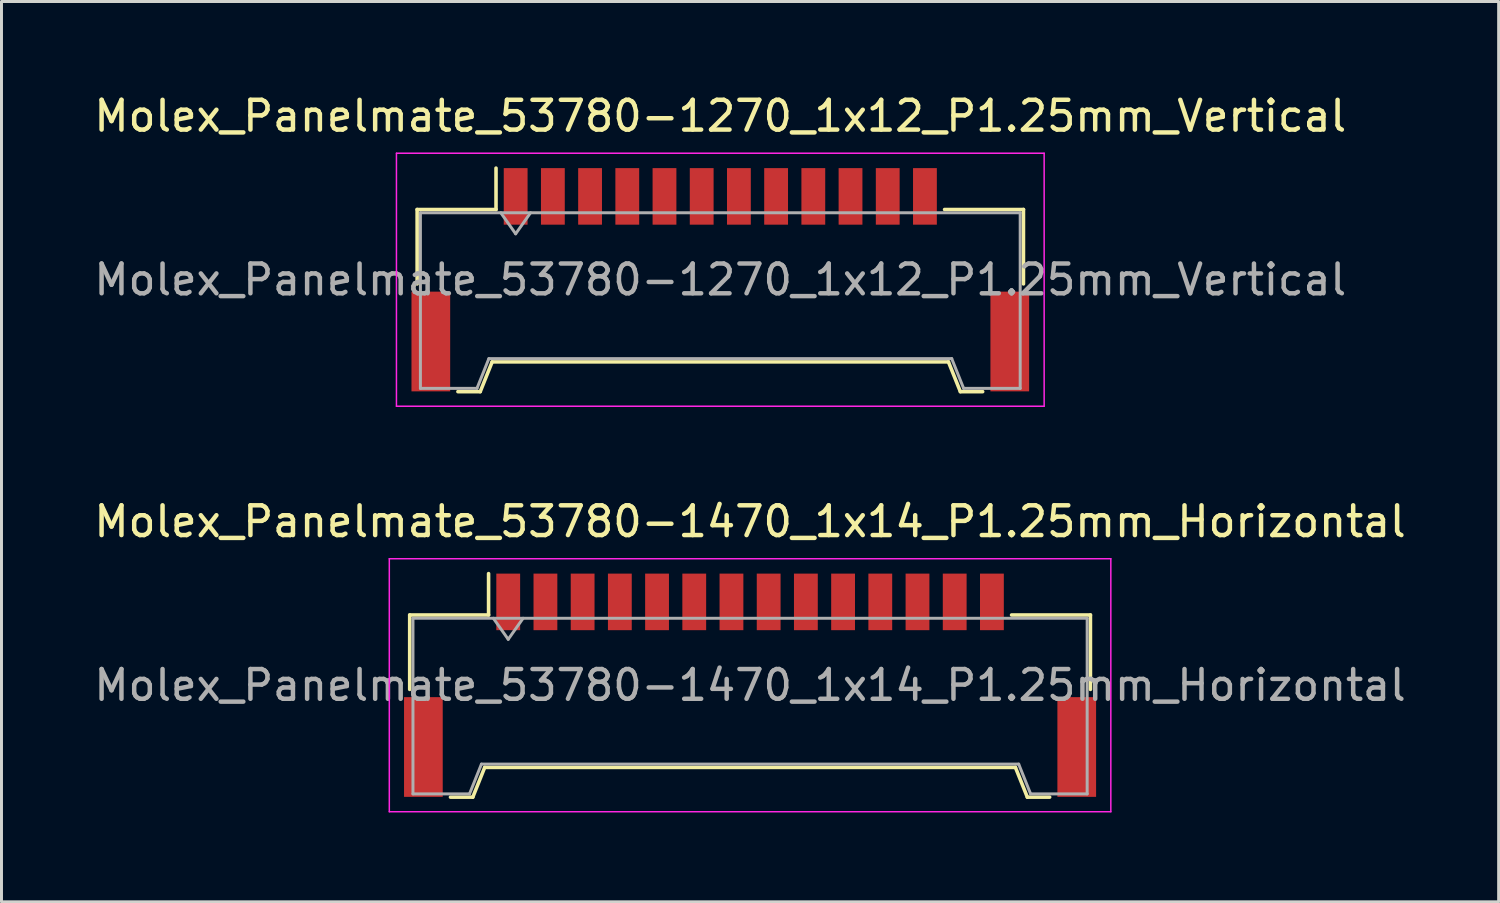
<source format=kicad_pcb>
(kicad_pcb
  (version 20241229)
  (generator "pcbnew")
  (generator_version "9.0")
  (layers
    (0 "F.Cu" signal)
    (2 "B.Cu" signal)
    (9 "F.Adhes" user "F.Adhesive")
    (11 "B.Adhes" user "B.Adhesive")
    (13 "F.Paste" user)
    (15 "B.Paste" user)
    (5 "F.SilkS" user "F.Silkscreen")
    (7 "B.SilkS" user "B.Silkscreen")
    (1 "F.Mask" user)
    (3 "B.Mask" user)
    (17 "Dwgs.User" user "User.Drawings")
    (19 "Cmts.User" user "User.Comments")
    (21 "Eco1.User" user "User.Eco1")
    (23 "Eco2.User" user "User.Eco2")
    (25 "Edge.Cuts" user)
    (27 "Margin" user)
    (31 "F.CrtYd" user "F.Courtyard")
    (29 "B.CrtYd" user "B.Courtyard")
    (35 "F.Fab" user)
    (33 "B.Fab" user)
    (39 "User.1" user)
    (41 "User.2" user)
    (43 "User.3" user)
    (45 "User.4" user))
  (footprint "Molex_Panelmate_53780-1270_1x12_P1.25mm_Vertical"
    (layer "F.Cu")
    (at 21.149 6.348)
    (property "Reference" "Molex_Panelmate_53780-1270_1x12_P1.25mm_Vertical" (at 0 -5.5 0) (layer "F.SilkS") (effects (font (size 1 1) (thickness 0.15))))
    (attr smd)
    (fp_line (start -10.185 -2.36) (end -7.535 -2.36) (stroke (width 0.12) (type solid)) (layer "F.SilkS"))
    (fp_line (start -10.185 0.14) (end -10.185 -2.36) (stroke (width 0.12) (type solid)) (layer "F.SilkS"))
    (fp_line (start -8.815 3.76) (end -8.065 3.76) (stroke (width 0.12) (type solid)) (layer "F.SilkS"))
    (fp_line (start -8.065 3.76) (end -7.665 2.76) (stroke (width 0.12) (type solid)) (layer "F.SilkS"))
    (fp_line (start -7.665 2.76) (end 7.665 2.76) (stroke (width 0.12) (type solid)) (layer "F.SilkS"))
    (fp_line (start -7.535 -2.36) (end -7.535 -3.75) (stroke (width 0.12) (type solid)) (layer "F.SilkS"))
    (fp_line (start 7.665 2.76) (end 8.065 3.76) (stroke (width 0.12) (type solid)) (layer "F.SilkS"))
    (fp_line (start 8.065 3.76) (end 8.815 3.76) (stroke (width 0.12) (type solid)) (layer "F.SilkS"))
    (fp_line (start 10.185 -2.36) (end 7.535 -2.36) (stroke (width 0.12) (type solid)) (layer "F.SilkS"))
    (fp_line (start 10.185 0.14) (end 10.185 -2.36) (stroke (width 0.12) (type solid)) (layer "F.SilkS"))
    (fp_line (start -10.88 -4.25) (end -10.88 4.25) (stroke (width 0.05) (type solid)) (layer "F.CrtYd"))
    (fp_line (start -10.88 4.25) (end 10.88 4.25) (stroke (width 0.05) (type solid)) (layer "F.CrtYd"))
    (fp_line (start 10.88 -4.25) (end -10.88 -4.25) (stroke (width 0.05) (type solid)) (layer "F.CrtYd"))
    (fp_line (start 10.88 4.25) (end 10.88 -4.25) (stroke (width 0.05) (type solid)) (layer "F.CrtYd"))
    (fp_line (start -10.075 -2.25) (end -10.075 3.65) (stroke (width 0.1) (type solid)) (layer "F.Fab"))
    (fp_line (start -10.075 -2.25) (end 10.075 -2.25) (stroke (width 0.1) (type solid)) (layer "F.Fab"))
    (fp_line (start -10.075 3.65) (end -8.175 3.65) (stroke (width 0.1) (type solid)) (layer "F.Fab"))
    (fp_line (start -8.175 3.65) (end -7.775 2.65) (stroke (width 0.1) (type solid)) (layer "F.Fab"))
    (fp_line (start -7.775 2.65) (end 7.775 2.65) (stroke (width 0.1) (type solid)) (layer "F.Fab"))
    (fp_line (start -7.375 -2.25) (end -6.875 -1.543) (stroke (width 0.1) (type solid)) (layer "F.Fab"))
    (fp_line (start -6.875 -1.543) (end -6.375 -2.25) (stroke (width 0.1) (type solid)) (layer "F.Fab"))
    (fp_line (start 7.775 2.65) (end 8.175 3.65) (stroke (width 0.1) (type solid)) (layer "F.Fab"))
    (fp_line (start 8.175 3.65) (end 10.075 3.65) (stroke (width 0.1) (type solid)) (layer "F.Fab"))
    (fp_line (start 10.075 -2.25) (end 10.075 3.65) (stroke (width 0.1) (type solid)) (layer "F.Fab"))
    (fp_text user "${REFERENCE}" (at 0 0 0) (layer "F.Fab") (effects (font (size 1 1) (thickness 0.15))))
    (pad "" smd rect (at -9.725 2.075) (size 1.3 3.35) (layers "F.Cu" "F.Mask" "F.Paste"))
    (pad "" smd rect (at 9.725 2.075) (size 1.3 3.35) (layers "F.Cu" "F.Mask" "F.Paste"))
    (pad "1" smd rect (at -6.875 -2.8) (size 0.8 1.9) (layers "F.Cu" "F.Mask" "F.Paste"))
    (pad "2" smd rect (at -5.625 -2.8) (size 0.8 1.9) (layers "F.Cu" "F.Mask" "F.Paste"))
    (pad "3" smd rect (at -4.375 -2.8) (size 0.8 1.9) (layers "F.Cu" "F.Mask" "F.Paste"))
    (pad "4" smd rect (at -3.125 -2.8) (size 0.8 1.9) (layers "F.Cu" "F.Mask" "F.Paste"))
    (pad "5" smd rect (at -1.875 -2.8) (size 0.8 1.9) (layers "F.Cu" "F.Mask" "F.Paste"))
    (pad "6" smd rect (at -0.625 -2.8) (size 0.8 1.9) (layers "F.Cu" "F.Mask" "F.Paste"))
    (pad "7" smd rect (at 0.625 -2.8) (size 0.8 1.9) (layers "F.Cu" "F.Mask" "F.Paste"))
    (pad "8" smd rect (at 1.875 -2.8) (size 0.8 1.9) (layers "F.Cu" "F.Mask" "F.Paste"))
    (pad "9" smd rect (at 3.125 -2.8) (size 0.8 1.9) (layers "F.Cu" "F.Mask" "F.Paste"))
    (pad "10" smd rect (at 4.375 -2.8) (size 0.8 1.9) (layers "F.Cu" "F.Mask" "F.Paste"))
    (pad "11" smd rect (at 5.625 -2.8) (size 0.8 1.9) (layers "F.Cu" "F.Mask" "F.Paste"))
    (pad "12" smd rect (at 6.875 -2.8) (size 0.8 1.9) (layers "F.Cu" "F.Mask" "F.Paste")))
  (footprint "Molex_Panelmate_53780-1470_1x14_P1.25mm_Horizontal"
    (layer "F.Cu")
    (at 22.149 19.971)
    (property "Reference" "Molex_Panelmate_53780-1470_1x14_P1.25mm_Horizontal" (at 0 -5.5 0) (layer "F.SilkS") (effects (font (size 1 1) (thickness 0.15))))
    (attr smd)
    (fp_line (start -11.435 -2.36) (end -8.785 -2.36) (stroke (width 0.12) (type solid)) (layer "F.SilkS"))
    (fp_line (start -11.435 0.14) (end -11.435 -2.36) (stroke (width 0.12) (type solid)) (layer "F.SilkS"))
    (fp_line (start -10.065 3.76) (end -9.315 3.76) (stroke (width 0.12) (type solid)) (layer "F.SilkS"))
    (fp_line (start -9.315 3.76) (end -8.915 2.76) (stroke (width 0.12) (type solid)) (layer "F.SilkS"))
    (fp_line (start -8.915 2.76) (end 8.915 2.76) (stroke (width 0.12) (type solid)) (layer "F.SilkS"))
    (fp_line (start -8.785 -2.36) (end -8.785 -3.75) (stroke (width 0.12) (type solid)) (layer "F.SilkS"))
    (fp_line (start 8.915 2.76) (end 9.315 3.76) (stroke (width 0.12) (type solid)) (layer "F.SilkS"))
    (fp_line (start 9.315 3.76) (end 10.065 3.76) (stroke (width 0.12) (type solid)) (layer "F.SilkS"))
    (fp_line (start 11.435 -2.36) (end 8.785 -2.36) (stroke (width 0.12) (type solid)) (layer "F.SilkS"))
    (fp_line (start 11.435 0.14) (end 11.435 -2.36) (stroke (width 0.12) (type solid)) (layer "F.SilkS"))
    (fp_line (start -12.12 -4.25) (end -12.12 4.25) (stroke (width 0.05) (type solid)) (layer "F.CrtYd"))
    (fp_line (start -12.12 4.25) (end 12.12 4.25) (stroke (width 0.05) (type solid)) (layer "F.CrtYd"))
    (fp_line (start 12.12 -4.25) (end -12.12 -4.25) (stroke (width 0.05) (type solid)) (layer "F.CrtYd"))
    (fp_line (start 12.12 4.25) (end 12.12 -4.25) (stroke (width 0.05) (type solid)) (layer "F.CrtYd"))
    (fp_line (start -11.325 -2.25) (end -11.325 3.65) (stroke (width 0.1) (type solid)) (layer "F.Fab"))
    (fp_line (start -11.325 -2.25) (end 11.325 -2.25) (stroke (width 0.1) (type solid)) (layer "F.Fab"))
    (fp_line (start -11.325 3.65) (end -9.425 3.65) (stroke (width 0.1) (type solid)) (layer "F.Fab"))
    (fp_line (start -9.425 3.65) (end -9.025 2.65) (stroke (width 0.1) (type solid)) (layer "F.Fab"))
    (fp_line (start -9.025 2.65) (end 9.025 2.65) (stroke (width 0.1) (type solid)) (layer "F.Fab"))
    (fp_line (start -8.625 -2.25) (end -8.125 -1.543) (stroke (width 0.1) (type solid)) (layer "F.Fab"))
    (fp_line (start -8.125 -1.543) (end -7.625 -2.25) (stroke (width 0.1) (type solid)) (layer "F.Fab"))
    (fp_line (start 9.025 2.65) (end 9.425 3.65) (stroke (width 0.1) (type solid)) (layer "F.Fab"))
    (fp_line (start 9.425 3.65) (end 11.325 3.65) (stroke (width 0.1) (type solid)) (layer "F.Fab"))
    (fp_line (start 11.325 -2.25) (end 11.325 3.65) (stroke (width 0.1) (type solid)) (layer "F.Fab"))
    (fp_text user "${REFERENCE}" (at 0 0 0) (layer "F.Fab") (effects (font (size 1 1) (thickness 0.15))))
    (pad "" smd rect (at -10.975 2.075) (size 1.3 3.35) (layers "F.Cu" "F.Mask" "F.Paste"))
    (pad "" smd rect (at 10.975 2.075) (size 1.3 3.35) (layers "F.Cu" "F.Mask" "F.Paste"))
    (pad "1" smd rect (at -8.125 -2.8) (size 0.8 1.9) (layers "F.Cu" "F.Mask" "F.Paste"))
    (pad "2" smd rect (at -6.875 -2.8) (size 0.8 1.9) (layers "F.Cu" "F.Mask" "F.Paste"))
    (pad "3" smd rect (at -5.625 -2.8) (size 0.8 1.9) (layers "F.Cu" "F.Mask" "F.Paste"))
    (pad "4" smd rect (at -4.375 -2.8) (size 0.8 1.9) (layers "F.Cu" "F.Mask" "F.Paste"))
    (pad "5" smd rect (at -3.125 -2.8) (size 0.8 1.9) (layers "F.Cu" "F.Mask" "F.Paste"))
    (pad "6" smd rect (at -1.875 -2.8) (size 0.8 1.9) (layers "F.Cu" "F.Mask" "F.Paste"))
    (pad "7" smd rect (at -0.625 -2.8) (size 0.8 1.9) (layers "F.Cu" "F.Mask" "F.Paste"))
    (pad "8" smd rect (at 0.625 -2.8) (size 0.8 1.9) (layers "F.Cu" "F.Mask" "F.Paste"))
    (pad "9" smd rect (at 1.875 -2.8) (size 0.8 1.9) (layers "F.Cu" "F.Mask" "F.Paste"))
    (pad "10" smd rect (at 3.125 -2.8) (size 0.8 1.9) (layers "F.Cu" "F.Mask" "F.Paste"))
    (pad "11" smd rect (at 4.375 -2.8) (size 0.8 1.9) (layers "F.Cu" "F.Mask" "F.Paste"))
    (pad "12" smd rect (at 5.625 -2.8) (size 0.8 1.9) (layers "F.Cu" "F.Mask" "F.Paste"))
    (pad "13" smd rect (at 6.875 -2.8) (size 0.8 1.9) (layers "F.Cu" "F.Mask" "F.Paste"))
    (pad "14" smd rect (at 8.125 -2.8) (size 0.8 1.9) (layers "F.Cu" "F.Mask" "F.Paste")))
  (gr_rect
    (start -3 -3)
    (end 47.298 27.247)
    (stroke (width 0.1) (type default))
    (fill no)
    (layer "Edge.Cuts")))
</source>
